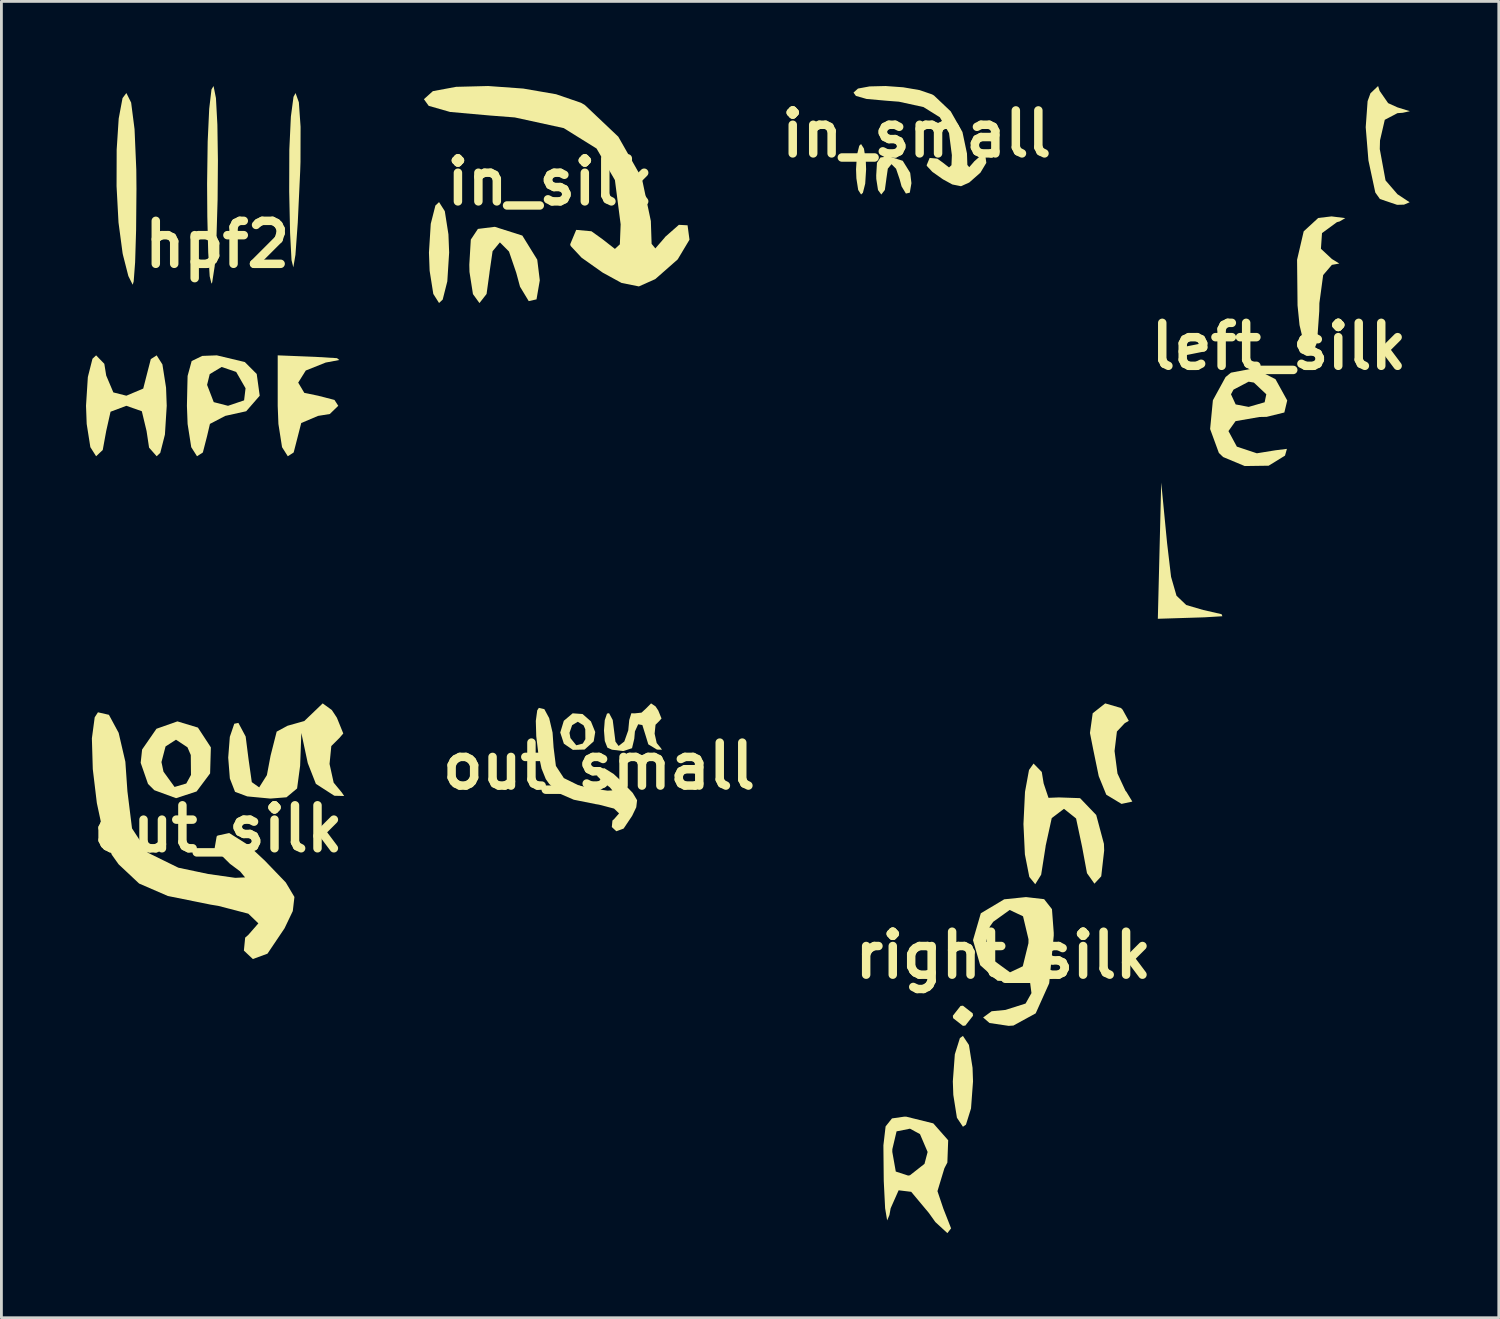
<source format=kicad_pcb>
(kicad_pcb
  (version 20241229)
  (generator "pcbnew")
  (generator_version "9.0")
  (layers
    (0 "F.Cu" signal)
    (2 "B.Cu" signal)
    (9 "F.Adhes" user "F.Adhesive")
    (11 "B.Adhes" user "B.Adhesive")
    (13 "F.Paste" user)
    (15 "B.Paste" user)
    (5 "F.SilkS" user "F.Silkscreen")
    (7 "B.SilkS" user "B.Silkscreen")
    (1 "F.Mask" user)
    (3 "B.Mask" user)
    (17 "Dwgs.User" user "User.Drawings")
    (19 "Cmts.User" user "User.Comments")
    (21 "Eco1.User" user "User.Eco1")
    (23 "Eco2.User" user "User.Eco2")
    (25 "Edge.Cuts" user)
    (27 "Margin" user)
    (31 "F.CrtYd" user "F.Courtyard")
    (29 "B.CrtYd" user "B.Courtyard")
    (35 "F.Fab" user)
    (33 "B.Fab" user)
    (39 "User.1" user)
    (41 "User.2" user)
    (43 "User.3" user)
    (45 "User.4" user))
  (footprint "out_small"
    (layer "F.Cu")
    (at 18.189 24.116)
    (property "Reference" "out_small" (at 0 0 0) (layer "F.SilkS") (effects (font (size 1.524 1.524) (thickness 0.3))))
    (attr through_hole)
    (fp_poly (pts (xy -0.583 -1.848) (xy -0.286 -1.587) (xy -0.133 -1.209) (xy -0.188 -0.878) (xy -0.51 -0.588) (xy -0.926 -0.577) (xy -1.245 -0.796) (xy -1.37 -1.181) (xy -1.046 -1.181) (xy -1.013 -0.996) (xy -0.806 -0.74) (xy -0.575 -0.8) (xy -0.483 -0.955) (xy -0.486 -1.308) (xy -0.546 -1.446) (xy -0.752 -1.573) (xy -0.952 -1.453) (xy -1.046 -1.181) (xy -1.37 -1.181) (xy -1.374 -1.191) (xy -1.247 -1.608) (xy -0.934 -1.873)) (stroke (width 0) (type solid)) (fill yes) (layer "F.SilkS"))
    (fp_poly (pts (xy 2.005 -2.119) (xy 2.103 -1.971) (xy 2.217 -1.69) (xy 2.148 -1.61) (xy 2.005 -1.468) (xy 1.973 -1.151) (xy 2.047 -0.819) (xy 2.191 -0.644) (xy 2.232 -0.582) (xy 2.057 -0.586) (xy 1.749 -0.773) (xy 1.642 -1.123) (xy 1.538 -1.457) (xy 1.39 -1.484) (xy 1.274 -1.231) (xy 1.252 -0.973) (xy 1.172 -0.636) (xy 0.87 -0.537) (xy 0.835 -0.537) (xy 0.459 -0.583) (xy 0.298 -0.656) (xy 0.206 -0.893) (xy 0.177 -1.263) (xy 0.205 -1.631) (xy 0.284 -1.863) (xy 0.358 -1.878) (xy 0.487 -1.636) (xy 0.537 -1.242) (xy 0.584 -0.869) (xy 0.696 -0.715) (xy 0.898 -0.874) (xy 1.038 -1.269) (xy 1.073 -1.635) (xy 1.147 -1.875) (xy 1.264 -1.871) (xy 1.508 -1.897) (xy 1.666 -2.042) (xy 1.847 -2.225)) (stroke (width 0) (type solid)) (fill yes) (layer "F.SilkS"))
    (fp_poly (pts (xy -1.938 -2.021) (xy -1.766 -1.702) (xy -1.646 -1.19) (xy -1.61 -0.666) (xy -1.528 -0.008) (xy -1.246 0.424) (xy -0.707 0.689) (xy -0.179 0.801) (xy 0.302 0.869) (xy 0.475 0.86) (xy 0.386 0.753) (xy 0.209 0.621) (xy -0.065 0.35) (xy -0.028 0.136) (xy -0.012 0.119) (xy 0.194 0.074) (xy 0.522 0.28) (xy 0.825 0.563) (xy 1.197 0.95) (xy 1.351 1.208) (xy 1.322 1.458) (xy 1.175 1.764) (xy 0.873 2.214) (xy 0.614 2.309) (xy 0.455 2.159) (xy 0.477 1.929) (xy 0.534 1.88) (xy 0.712 1.676) (xy 0.534 1.505) (xy 0.000333 1.366) (xy -0.134 1.344) (xy -0.894 1.191) (xy -1.402 0.97) (xy -1.766 0.629) (xy -1.886 0.46) (xy -2.036 0.088) (xy -2.152 -0.457) (xy -2.224 -1.059) (xy -2.24 -1.604) (xy -2.19 -1.977) (xy -2.132 -2.066)) (stroke (width 0) (type solid)) (fill yes) (layer "F.SilkS")))
  (footprint "left_silk"
    (layer "F.Cu")
    (at 42.298 9.232)
    (property "Reference" "left_silk" (at 0 0 0) (layer "F.SilkS") (effects (font (size 1.524 1.524) (thickness 0.3))))
    (attr through_hole)
    (fp_poly (pts (xy -3.965 6.974) (xy -3.824 8.171) (xy -3.631 8.841) (xy -3.285 9.171) (xy -2.684 9.347) (xy -2.683 9.347) (xy -2.033 9.496) (xy -2.005 9.569) (xy -2.639 9.607) (xy -2.951 9.617) (xy -4.293 9.659) (xy -4.173 4.83)) (stroke (width 0) (type solid)) (fill yes) (layer "F.SilkS"))
    (fp_poly (pts (xy 2.354 -4.548) (xy 2.153 -4.43) (xy 2.057 -4.404) (xy 1.528 -4.016) (xy 1.49 -3.461) (xy 1.878 -3.099) (xy 2.142 -2.937) (xy 1.878 -2.89) (xy 1.569 -2.528) (xy 1.435 -1.533) (xy 1.431 -1.252) (xy 1.352 -0.135) (xy 1.163 0.307) (xy 0.932 0.094) (xy 0.731 -0.756) (xy 0.661 -1.453) (xy 0.644 -3.07) (xy 0.879 -4.079) (xy 1.394 -4.553) (xy 1.867 -4.609)) (stroke (width 0) (type solid)) (fill yes) (layer "F.SilkS"))
    (fp_poly (pts (xy 3.572 -9.059) (xy 3.873 -8.625) (xy 4.204 -8.475) (xy 4.644 -8.339) (xy 4.39 -8.283) (xy 4.204 -8.27) (xy 3.754 -8.034) (xy 3.585 -7.304) (xy 3.577 -6.994) (xy 3.781 -5.885) (xy 4.204 -5.395) (xy 4.636 -5.109) (xy 4.437 -5.026) (xy 4.192 -5.019) (xy 3.582 -5.225) (xy 3.418 -5.456) (xy 3.174 -6.594) (xy 3.078 -7.771) (xy 3.145 -8.695) (xy 3.246 -8.974) (xy 3.517 -9.232)) (stroke (width 0) (type solid)) (fill yes) (layer "F.SilkS"))
    (fp_poly (pts (xy -0.121 1.164) (xy 0.295 1.917) (xy 0.193 2.344) (xy -0.435 2.499) (xy -0.689 2.504) (xy -1.537 2.651) (xy -1.789 3.003) (xy -1.491 3.555) (xy -0.782 3.791) (xy -0.12 3.684) (xy 0.284 3.634) (xy 0.216 3.874) (xy -0.364 4.231) (xy -1.213 4.243) (xy -1.977 3.924) (xy -2.129 3.778) (xy -2.439 2.93) (xy -2.341 1.912) (xy -2.225 1.699) (xy -1.699 1.699) (xy -1.533 2.058) (xy -1.073 2.146) (xy -0.506 1.982) (xy -0.447 1.699) (xy -0.887 1.284) (xy -1.073 1.252) (xy -1.61 1.534) (xy -1.699 1.699) (xy -2.225 1.699) (xy -1.889 1.085) (xy -1.699 0.932) (xy -0.881 0.777)) (stroke (width 0) (type solid)) (fill yes) (layer "F.SilkS")))
  (footprint "right_silk"
    (layer "F.Cu")
    (at 32.525 30.821)
    (property "Reference" "right_silk" (at 0 0 0) (layer "F.SilkS") (effects (font (size 1.524 1.524) (thickness 0.3))))
    (attr through_hole)
    (fp_poly (pts (xy -1.084 2.061) (xy -1.073 2.146) (xy -1.345 2.494) (xy -1.431 2.504) (xy -1.778 2.232) (xy -1.789 2.146) (xy -1.516 1.799) (xy -1.431 1.789)) (stroke (width 0) (type solid)) (fill yes) (layer "F.SilkS"))
    (fp_poly (pts (xy -1.218 3.182) (xy -1.09 3.991) (xy -1.073 4.472) (xy -1.144 5.432) (xy -1.324 6.008) (xy -1.431 6.082) (xy -1.644 5.762) (xy -1.772 4.953) (xy -1.789 4.472) (xy -1.718 3.512) (xy -1.538 2.936) (xy -1.431 2.862)) (stroke (width 0) (type solid)) (fill yes) (layer "F.SilkS"))
    (fp_poly (pts (xy 4.17 -8.768) (xy 4.231 -8.708) (xy 4.45 -8.311) (xy 4.307 -8.228) (xy 4.029 -7.933) (xy 3.945 -7.242) (xy 4.049 -6.443) (xy 4.334 -5.829) (xy 4.365 -5.795) (xy 4.576 -5.448) (xy 4.192 -5.366) (xy 3.652 -5.692) (xy 3.384 -6.35) (xy 3.191 -7.285) (xy 3.073 -7.881) (xy 3.17 -8.579) (xy 3.614 -8.93)) (stroke (width 0) (type solid)) (fill yes) (layer "F.SilkS"))
    (fp_poly (pts (xy 1.365 -6.498) (xy 1.431 -6.093) (xy 1.603 -5.581) (xy 1.972 -5.596) (xy 2.722 -5.57) (xy 3.295 -4.973) (xy 3.569 -3.949) (xy 3.577 -3.713) (xy 3.473 -2.798) (xy 3.232 -2.537) (xy 2.968 -2.909) (xy 2.794 -3.846) (xy 2.581 -4.849) (xy 2.158 -5.187) (xy 2.146 -5.187) (xy 1.718 -4.863) (xy 1.501 -3.874) (xy 1.499 -3.846) (xy 1.343 -2.856) (xy 1.133 -2.518) (xy 0.923 -2.776) (xy 0.766 -3.575) (xy 0.715 -4.651) (xy 0.77 -5.794) (xy 0.912 -6.569) (xy 1.073 -6.797)) (stroke (width 0) (type solid)) (fill yes) (layer "F.SilkS"))
    (fp_poly (pts (xy -2.482 5.962) (xy -1.954 6.561) (xy -1.983 7.352) (xy -2.087 7.55) (xy -2.334 8.365) (xy -2.126 8.983) (xy -1.851 9.684) (xy -1.982 9.854) (xy -2.409 9.461) (xy -2.643 9.134) (xy -3.265 8.389) (xy -3.711 8.335) (xy -3.994 8.973) (xy -4.037 9.212) (xy -4.118 9.403) (xy -4.19 8.972) (xy -4.238 8.012) (xy -4.239 7.96) (xy -4.249 6.976) (xy -3.935 6.976) (xy -3.812 7.67) (xy -3.374 7.813) (xy -3.309 7.802) (xy -2.794 7.397) (xy -2.683 6.976) (xy -2.954 6.343) (xy -3.309 6.15) (xy -3.784 6.245) (xy -3.934 6.878) (xy -3.935 6.976) (xy -4.249 6.976) (xy -4.251 6.74) (xy -4.173 6.07) (xy -3.947 5.786) (xy -3.513 5.724) (xy -3.442 5.724)) (stroke (width 0) (type solid)) (fill yes) (layer "F.SilkS"))
    (fp_poly (pts (xy 1.448 -1.988) (xy 1.726 -1.634) (xy 1.789 -0.793) (xy 1.789 -0.694) (xy 1.628 0.994) (xy 1.149 2.061) (xy 0.358 2.494) (xy 0.188 2.504) (xy -0.489 2.403) (xy -0.715 2.208) (xy -0.413 1.986) (xy 0.078 1.939) (xy 0.79 1.713) (xy 0.999 1.343) (xy 0.941 0.896) (xy 0.558 0.936) (xy -0.204 0.905) (xy -0.819 0.353) (xy -1.011 -0.315) (xy -0.641 -0.315) (xy -0.373 0.161) (xy 0.238 0.606) (xy 0.691 0.392) (xy 0.892 -0.426) (xy 0.894 -0.566) (xy 0.7 -1.381) (xy 0.227 -1.605) (xy -0.358 -1.185) (xy -0.477 -1.014) (xy -0.641 -0.315) (xy -1.011 -0.315) (xy -1.073 -0.53) (xy -1.073 -0.537) (xy -0.797 -1.487) (xy 0.032 -1.983) (xy 0.805 -2.062)) (stroke (width 0) (type solid)) (fill yes) (layer "F.SilkS")))
  (footprint "hpf2"
    (layer "F.Cu")
    (at 4.651 5.615)
    (property "Reference" "hpf2" (at 0 0 0) (layer "F.SilkS") (effects (font (size 1.524 1.524) (thickness 0.3))))
    (attr through_hole)
    (fp_poly (pts (xy 2.896 -5.038) (xy 2.957 -4.167) (xy 2.954 -2.925) (xy 2.943 -2.594) (xy 2.857 -0.767) (xy 2.775 0.37) (xy 2.7 0.814) (xy 2.636 0.559) (xy 2.585 -0.401) (xy 2.553 -1.878) (xy 2.558 -3.359) (xy 2.613 -4.528) (xy 2.706 -5.231) (xy 2.779 -5.366)) (stroke (width 0) (type solid)) (fill yes) (layer "F.SilkS"))
    (fp_poly (pts (xy -0.044 -5.188) (xy 0.007 -4.243) (xy 0.026 -2.977) (xy 0.015 -1.589) (xy -0.024 -0.274) (xy -0.088 0.77) (xy -0.177 1.347) (xy -0.202 1.395) (xy -0.266 1.129) (xy -0.318 0.288) (xy -0.35 -0.986) (xy -0.358 -2.146) (xy -0.337 -3.645) (xy -0.283 -4.807) (xy -0.202 -5.494) (xy -0.129 -5.615)) (stroke (width 0) (type solid)) (fill yes) (layer "F.SilkS"))
    (fp_poly (pts (xy -3.051 -5.027) (xy -2.93 -4.084) (xy -2.868 -2.645) (xy -2.862 -1.968) (xy -2.875 -0.507) (xy -2.91 0.639) (xy -2.961 1.315) (xy -2.996 1.431) (xy -3.15 1.123) (xy -3.341 0.374) (xy -3.354 0.313) (xy -3.499 -0.777) (xy -3.568 -2.064) (xy -3.564 -3.357) (xy -3.492 -4.462) (xy -3.356 -5.187) (xy -3.22 -5.366)) (stroke (width 0) (type solid)) (fill yes) (layer "F.SilkS"))
    (fp_poly (pts (xy 3.488 3.989) (xy 4.249 4.035) (xy 4.331 4.1) (xy 3.846 4.191) (xy 3.141 4.473) (xy 2.873 4.902) (xy 3.089 5.265) (xy 3.577 5.366) (xy 4.159 5.516) (xy 4.293 5.724) (xy 3.993 6.015) (xy 3.577 6.082) (xy 2.98 6.335) (xy 2.862 6.797) (xy 2.712 7.379) (xy 2.504 7.513) (xy 2.3 7.191) (xy 2.171 6.368) (xy 2.146 5.724) (xy 2.146 3.935)) (stroke (width 0) (type solid)) (fill yes) (layer "F.SilkS"))
    (fp_poly (pts (xy 0.979 4.172) (xy 1.402 4.596) (xy 1.508 5.367) (xy 1.029 5.917) (xy 0.286 6.082) (xy -0.257 6.366) (xy -0.358 6.797) (xy -0.508 7.379) (xy -0.715 7.513) (xy -0.92 7.191) (xy -1.049 6.368) (xy -1.073 5.724) (xy -1.057 4.982) (xy -0.358 4.982) (xy -0.122 5.594) (xy 0.384 5.724) (xy 0.954 5.531) (xy 1.006 5.102) (xy 0.673 4.523) (xy 0.158 4.347) (xy -0.264 4.6) (xy -0.358 4.982) (xy -1.057 4.982) (xy -1.049 4.665) (xy -0.905 4.137) (xy -0.531 3.955) (xy -0.013 3.935)) (stroke (width 0) (type solid)) (fill yes) (layer "F.SilkS"))
    (fp_poly (pts (xy -1.942 4.257) (xy -1.813 5.08) (xy -1.789 5.724) (xy -1.853 6.744) (xy -2.018 7.392) (xy -2.146 7.513) (xy -2.415 7.207) (xy -2.504 6.618) (xy -2.672 5.917) (xy -3.22 5.724) (xy -3.781 5.934) (xy -3.935 6.618) (xy -4.058 7.291) (xy -4.293 7.513) (xy -4.497 7.191) (xy -4.627 6.368) (xy -4.651 5.724) (xy -4.586 4.704) (xy -4.422 4.056) (xy -4.293 3.935) (xy -4.002 4.235) (xy -3.935 4.651) (xy -3.682 5.249) (xy -3.22 5.366) (xy -2.622 5.113) (xy -2.504 4.651) (xy -2.354 4.069) (xy -2.146 3.935)) (stroke (width 0) (type solid)) (fill yes) (layer "F.SilkS")))
  (footprint "in_silk"
    (layer "F.Cu")
    (at 16.453 3.401)
    (property "Reference" "in_silk" (at 0 0 0) (layer "F.SilkS") (effects (font (size 1.524 1.524) (thickness 0.3))))
    (attr through_hole)
    (fp_poly (pts (xy -3.731 1.037) (xy -3.602 1.86) (xy -3.577 2.504) (xy -3.642 3.525) (xy -3.806 4.172) (xy -3.935 4.293) (xy -4.139 3.971) (xy -4.269 3.149) (xy -4.293 2.504) (xy -4.229 1.484) (xy -4.064 0.836) (xy -3.935 0.715)) (stroke (width 0) (type solid)) (fill yes) (layer "F.SilkS"))
    (fp_poly (pts (xy -1.954 1.593) (xy -0.982 1.902) (xy -0.453 2.757) (xy -0.363 3.488) (xy -0.479 4.164) (xy -0.755 4.226) (xy -1.064 3.715) (xy -1.198 3.22) (xy -1.455 2.468) (xy -1.774 2.147) (xy -1.78 2.146) (xy -2.037 2.457) (xy -2.146 3.206) (xy -2.146 3.22) (xy -2.25 3.973) (xy -2.5 4.293) (xy -2.504 4.293) (xy -2.733 3.977) (xy -2.856 3.191) (xy -2.862 2.935) (xy -2.809 2.045) (xy -2.557 1.666) (xy -1.97 1.593)) (stroke (width 0) (type solid)) (fill yes) (layer "F.SilkS"))
    (fp_poly (pts (xy -0.95 -3.311) (xy 0.214 -3.11) (xy 1.1 -2.806) (xy 1.236 -2.726) (xy 2.421 -1.603) (xy 3.255 -0.136) (xy 3.576 1.39) (xy 3.576 1.41) (xy 3.602 2.196) (xy 3.734 2.357) (xy 4.058 1.984) (xy 4.085 1.947) (xy 4.569 1.521) (xy 4.877 1.538) (xy 4.945 2.048) (xy 4.527 2.747) (xy 3.74 3.439) (xy 3.727 3.448) (xy 3.151 3.705) (xy 2.535 3.581) (xy 1.868 3.216) (xy 1.121 2.688) (xy 0.731 2.271) (xy 0.715 2.211) (xy 0.928 1.7) (xy 1.468 1.749) (xy 1.849 2.022) (xy 2.301 2.375) (xy 2.476 2.213) (xy 2.504 1.503) (xy 2.301 -0.065) (xy 1.65 -1.184) (xy 0.487 -1.908) (xy -1.25 -2.287) (xy -2.128 -2.355) (xy -3.544 -2.481) (xy -4.302 -2.698) (xy -4.472 -2.934) (xy -4.154 -3.219) (xy -3.33 -3.372) (xy -2.196 -3.401)) (stroke (width 0) (type solid)) (fill yes) (layer "F.SilkS")))
  (footprint "in_small"
    (layer "F.Cu")
    (at 29.45 1.7)
    (property "Reference" "in_small" (at 0 0 0) (layer "F.SilkS") (effects (font (size 1.524 1.524) (thickness 0.3))))
    (attr through_hole)
    (fp_poly (pts (xy -1.866 0.519) (xy -1.801 0.93) (xy -1.789 1.252) (xy -1.821 1.762) (xy -1.903 2.086) (xy -1.968 2.146) (xy -2.07 1.986) (xy -2.134 1.574) (xy -2.146 1.252) (xy -2.114 0.742) (xy -2.032 0.418) (xy -1.968 0.358)) (stroke (width 0) (type solid)) (fill yes) (layer "F.SilkS"))
    (fp_poly (pts (xy -0.977 0.797) (xy -0.491 0.951) (xy -0.226 1.378) (xy -0.182 1.744) (xy -0.24 2.082) (xy -0.378 2.113) (xy -0.532 1.858) (xy -0.599 1.61) (xy -0.727 1.234) (xy -0.887 1.073) (xy -0.89 1.073) (xy -1.019 1.229) (xy -1.073 1.603) (xy -1.073 1.61) (xy -1.125 1.987) (xy -1.25 2.146) (xy -1.252 2.146) (xy -1.367 1.988) (xy -1.428 1.596) (xy -1.431 1.467) (xy -1.404 1.023) (xy -1.279 0.833) (xy -0.985 0.796)) (stroke (width 0) (type solid)) (fill yes) (layer "F.SilkS"))
    (fp_poly (pts (xy -0.475 -1.655) (xy 0.107 -1.555) (xy 0.55 -1.403) (xy 0.618 -1.363) (xy 1.21 -0.802) (xy 1.627 -0.068) (xy 1.788 0.695) (xy 1.788 0.705) (xy 1.801 1.098) (xy 1.867 1.178) (xy 2.029 0.992) (xy 2.042 0.974) (xy 2.284 0.76) (xy 2.439 0.769) (xy 2.473 1.024) (xy 2.264 1.373) (xy 1.87 1.72) (xy 1.863 1.724) (xy 1.575 1.853) (xy 1.268 1.791) (xy 0.934 1.608) (xy 0.56 1.344) (xy 0.366 1.136) (xy 0.358 1.106) (xy 0.464 0.85) (xy 0.734 0.874) (xy 0.925 1.011) (xy 1.151 1.187) (xy 1.238 1.107) (xy 1.252 0.752) (xy 1.151 -0.032) (xy 0.825 -0.592) (xy 0.244 -0.954) (xy -0.625 -1.144) (xy -1.064 -1.178) (xy -1.772 -1.241) (xy -2.151 -1.349) (xy -2.236 -1.467) (xy -2.077 -1.61) (xy -1.665 -1.686) (xy -1.098 -1.7)) (stroke (width 0) (type solid)) (fill yes) (layer "F.SilkS")))
  (footprint "out_silk"
    (layer "F.Cu")
    (at 4.688 26.339)
    (property "Reference" "out_silk" (at 0 0 0) (layer "F.SilkS") (effects (font (size 1.524 1.524) (thickness 0.3))))
    (attr through_hole)
    (fp_poly (pts (xy -0.72 -3.59) (xy -0.261 -2.888) (xy -0.288 -1.965) (xy -0.767 -1.325) (xy -1.494 -1.087) (xy -2.265 -1.369) (xy -2.49 -1.593) (xy -2.75 -2.341) (xy -2.747 -2.367) (xy -2.013 -2.367) (xy -1.941 -2.027) (xy -1.548 -1.485) (xy -1.133 -1.607) (xy -0.966 -1.911) (xy -0.973 -2.617) (xy -1.091 -2.891) (xy -1.498 -3.16) (xy -1.868 -2.921) (xy -2.013 -2.367) (xy -2.747 -2.367) (xy -2.699 -2.812) (xy -2.19 -3.548) (xy -1.447 -3.81)) (stroke (width 0) (type solid)) (fill yes) (layer "F.SilkS"))
    (fp_poly (pts (xy 4.029 -4.211) (xy 4.207 -3.941) (xy 4.434 -3.381) (xy 4.296 -3.22) (xy 4.01 -2.936) (xy 3.947 -2.301) (xy 4.093 -1.638) (xy 4.382 -1.288) (xy 4.465 -1.164) (xy 4.117 -1.173) (xy 3.463 -1.594) (xy 3.175 -2.33) (xy 2.947 -3.399) (xy 2.904 -2.236) (xy 2.796 -1.431) (xy 2.42 -1.118) (xy 1.848 -1.073) (xy 1.029 -1.15) (xy 0.596 -1.312) (xy 0.412 -1.786) (xy 0.354 -2.526) (xy 0.411 -3.262) (xy 0.569 -3.726) (xy 0.715 -3.756) (xy 0.973 -3.273) (xy 1.073 -2.483) (xy 1.19 -1.656) (xy 1.452 -1.47) (xy 1.726 -1.905) (xy 1.856 -2.594) (xy 2.072 -3.446) (xy 2.455 -3.654) (xy 3.051 -3.822) (xy 3.349 -4.107) (xy 3.704 -4.448)) (stroke (width 0) (type solid)) (fill yes) (layer "F.SilkS"))
    (fp_poly (pts (xy -3.876 -4.043) (xy -3.531 -3.404) (xy -3.293 -2.38) (xy -3.22 -1.331) (xy -3.057 -0.016) (xy -2.492 0.849) (xy -1.414 1.378) (xy -0.358 1.601) (xy 0.604 1.738) (xy 0.951 1.721) (xy 0.772 1.506) (xy 0.417 1.241) (xy -0.13 0.7) (xy -0.056 0.272) (xy -0.024 0.239) (xy 0.389 0.149) (xy 1.044 0.561) (xy 1.65 1.126) (xy 2.395 1.901) (xy 2.702 2.416) (xy 2.644 2.916) (xy 2.351 3.528) (xy 1.746 4.427) (xy 1.228 4.617) (xy 0.91 4.318) (xy 0.955 3.858) (xy 1.067 3.76) (xy 1.423 3.352) (xy 1.067 3.009) (xy 0.001 2.732) (xy -0.268 2.688) (xy -1.788 2.381) (xy -2.805 1.94) (xy -3.532 1.258) (xy -3.773 0.92) (xy -4.071 0.175) (xy -4.304 -0.914) (xy -4.448 -2.118) (xy -4.48 -3.208) (xy -4.38 -3.954) (xy -4.265 -4.132)) (stroke (width 0) (type solid)) (fill yes) (layer "F.SilkS")))
  (gr_rect
    (start -3 -3)
    (end 50.095 43.675)
    (stroke (width 0.1) (type default))
    (fill no)
    (layer "Edge.Cuts")))
</source>
